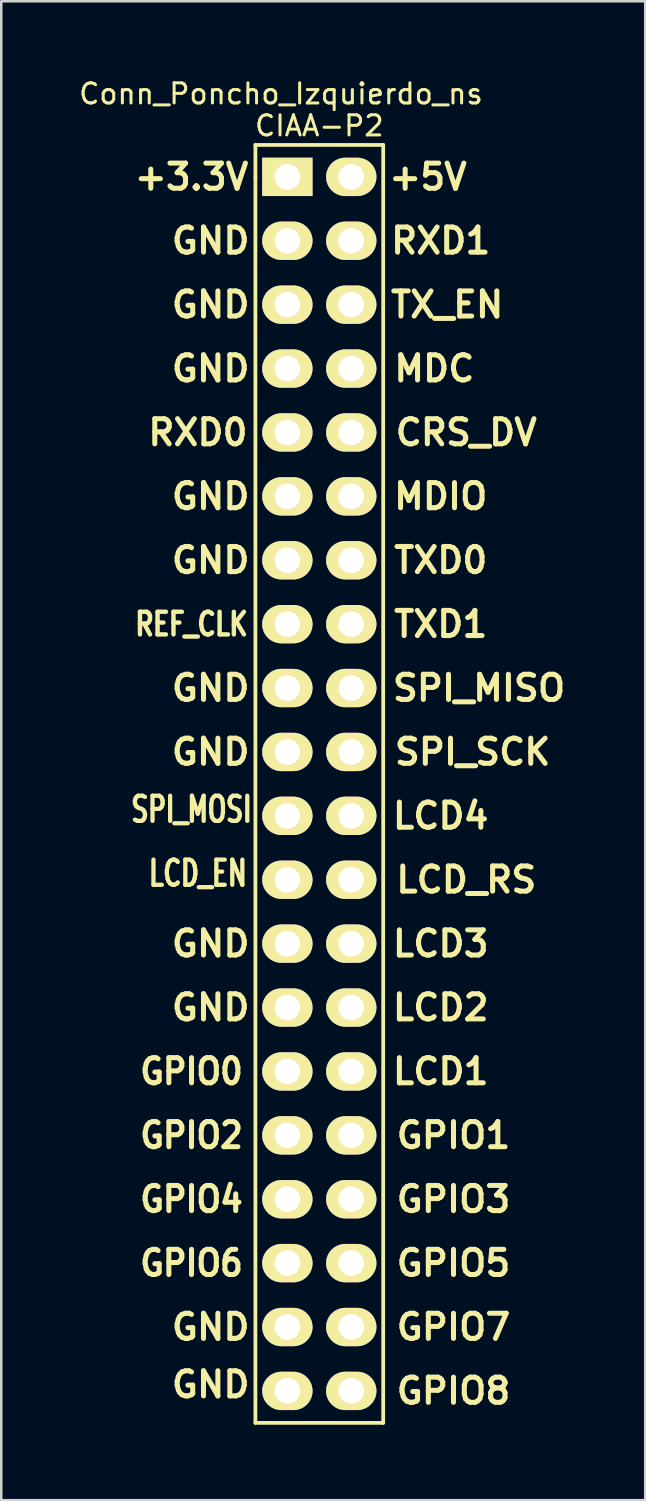
<source format=kicad_pcb>
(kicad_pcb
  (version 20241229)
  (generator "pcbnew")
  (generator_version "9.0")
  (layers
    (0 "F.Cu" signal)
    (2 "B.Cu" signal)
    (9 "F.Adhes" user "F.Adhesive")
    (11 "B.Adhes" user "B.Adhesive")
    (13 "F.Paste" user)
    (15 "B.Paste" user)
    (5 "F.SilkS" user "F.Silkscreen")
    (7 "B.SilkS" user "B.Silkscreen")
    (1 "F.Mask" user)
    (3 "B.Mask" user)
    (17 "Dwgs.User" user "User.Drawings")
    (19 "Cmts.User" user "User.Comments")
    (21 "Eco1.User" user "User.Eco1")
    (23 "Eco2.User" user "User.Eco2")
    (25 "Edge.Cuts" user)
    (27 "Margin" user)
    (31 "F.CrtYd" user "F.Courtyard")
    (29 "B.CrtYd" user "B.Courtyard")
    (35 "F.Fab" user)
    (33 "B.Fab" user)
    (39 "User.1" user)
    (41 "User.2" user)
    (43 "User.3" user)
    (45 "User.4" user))
  (footprint "Conn_Poncho_Izquierdo_ns"
    (layer "F.Cu")
    (at 8.373 3.981)
    (property "Reference" "Conn_Poncho_Izquierdo_ns" (at -0.254 -3.302 0) (layer "F.SilkS") (effects (font (size 0.8 0.8) (thickness 0.12))))
    (attr through_hole)
    (fp_line (start -1.27 -1.27) (end 3.81 -1.27) (stroke (width 0.15) (type solid)) (layer "F.SilkS"))
    (fp_line (start -1.27 0) (end -1.27 -1.27) (stroke (width 0.15) (type solid)) (layer "F.SilkS"))
    (fp_line (start -1.27 49.53) (end -1.27 0) (stroke (width 0.15) (type solid)) (layer "F.SilkS"))
    (fp_line (start 3.81 -1.27) (end 3.81 49.53) (stroke (width 0.15) (type solid)) (layer "F.SilkS"))
    (fp_line (start 3.81 49.53) (end -1.27 49.53) (stroke (width 0.15) (type solid)) (layer "F.SilkS"))
    (fp_text user "GND" (at -3.048 15.24 0) (layer "F.SilkS") (effects (font (size 1 1) (thickness 0.2))))
    (fp_text user "GPIO0" (at -3.81 35.56 0) (layer "F.SilkS") (effects (font (size 1 0.9) (thickness 0.2))))
    (fp_text user "GND" (at -3.048 48.006 0) (layer "F.SilkS") (effects (font (size 1 1) (thickness 0.2))))
    (fp_text user "MDC" (at 5.842 7.62 0) (layer "F.SilkS") (effects (font (size 1 1) (thickness 0.2))))
    (fp_text user "LCD4" (at 6.096 25.4 0) (layer "F.SilkS") (effects (font (size 1 1) (thickness 0.2))))
    (fp_text user "REF_CLK" (at -3.81 17.78 0) (layer "F.SilkS") (effects (font (size 0.9 0.7) (thickness 0.175))))
    (fp_text user "TXD1" (at 6.096 17.78 0) (layer "F.SilkS") (effects (font (size 1 1) (thickness 0.2))))
    (fp_text user "GPIO5" (at 6.604 43.18 0) (layer "F.SilkS") (effects (font (size 1 1) (thickness 0.2))))
    (fp_text user "RXD0" (at -3.556 10.16 0) (layer "F.SilkS") (effects (font (size 1 1) (thickness 0.2))))
    (fp_text user "LCD_RS" (at 7.112 27.94 0) (layer "F.SilkS") (effects (font (size 1 1) (thickness 0.2))))
    (fp_text user "SPI_MISO" (at 7.62 20.32 0) (layer "F.SilkS") (effects (font (size 1 1) (thickness 0.2))))
    (fp_text user "GPIO8" (at 6.604 48.26 0) (layer "F.SilkS") (effects (font (size 1 1) (thickness 0.2))))
    (fp_text user "GPIO1" (at 6.604 38.1 0) (layer "F.SilkS") (effects (font (size 1 1) (thickness 0.2))))
    (fp_text user "GND" (at -3.048 45.72 0) (layer "F.SilkS") (effects (font (size 1 1) (thickness 0.2))))
    (fp_text user "LCD2" (at 6.096 33.02 0) (layer "F.SilkS") (effects (font (size 1 1) (thickness 0.2))))
    (fp_text user "LCD_EN" (at -3.556 27.686 0) (layer "F.SilkS") (effects (font (size 1 0.7) (thickness 0.17))))
    (fp_text user "GND" (at -3.048 7.62 0) (layer "F.SilkS") (effects (font (size 1 1) (thickness 0.2))))
    (fp_text user "GPIO4" (at -3.81 40.64 0) (layer "F.SilkS") (effects (font (size 1 0.9) (thickness 0.2))))
    (fp_text user "+5V" (at 5.588 0 0) (layer "F.SilkS") (effects (font (size 1 1) (thickness 0.2))))
    (fp_text user "RXD1" (at 6.096 2.54 0) (layer "F.SilkS") (effects (font (size 1 1) (thickness 0.2))))
    (fp_text user "GPIO3" (at 6.604 40.64 0) (layer "F.SilkS") (effects (font (size 1 1) (thickness 0.2))))
    (fp_text user "GND" (at -3.048 2.54 0) (layer "F.SilkS") (effects (font (size 1 1) (thickness 0.2))))
    (fp_text user "SPI_SCK" (at 7.366 22.86 0) (layer "F.SilkS") (effects (font (size 1 1) (thickness 0.2))))
    (fp_text user "GPIO2" (at -3.81 38.1 0) (layer "F.SilkS") (effects (font (size 1 0.9) (thickness 0.2))))
    (fp_text user "GND" (at -3.048 30.48 0) (layer "F.SilkS") (effects (font (size 1 1) (thickness 0.2))))
    (fp_text user "GND" (at -3.048 20.32 0) (layer "F.SilkS") (effects (font (size 1 1) (thickness 0.2))))
    (fp_text user "GPIO6" (at -3.81 43.18 0) (layer "F.SilkS") (effects (font (size 1 0.9) (thickness 0.2))))
    (fp_text user "LCD3" (at 6.096 30.48 0) (layer "F.SilkS") (effects (font (size 1 1) (thickness 0.2))))
    (fp_text user "TX_EN" (at 6.35 5.08 0) (layer "F.SilkS") (effects (font (size 1 1) (thickness 0.2))))
    (fp_text user "+3.3V" (at -3.81 0 0) (layer "F.SilkS") (effects (font (size 1 1) (thickness 0.2))))
    (fp_text user "GND" (at -3.048 33.02 0) (layer "F.SilkS") (effects (font (size 1 1) (thickness 0.2))))
    (fp_text user "GND" (at -3.048 22.86 0) (layer "F.SilkS") (effects (font (size 1 1) (thickness 0.2))))
    (fp_text user "GND" (at -3.048 12.7 0) (layer "F.SilkS") (effects (font (size 1 1) (thickness 0.2))))
    (fp_text user "CRS_DV" (at 7.112 10.16 0) (layer "F.SilkS") (effects (font (size 1 1) (thickness 0.2))))
    (fp_text user "GPIO7" (at 6.604 45.72 0) (layer "F.SilkS") (effects (font (size 1 1) (thickness 0.2))))
    (fp_text user "GND" (at -3.048 5.08 0) (layer "F.SilkS") (effects (font (size 1 1) (thickness 0.2))))
    (fp_text user "SPI_MOSI" (at -3.81 25.146 0) (layer "F.SilkS") (effects (font (size 1 0.7) (thickness 0.17))))
    (fp_text user "CIAA-P2" (at 1.27 -2.032 0) (layer "F.SilkS") (effects (font (size 0.8 0.8) (thickness 0.12))))
    (fp_text user "MDIO" (at 6.096 12.7 0) (layer "F.SilkS") (effects (font (size 1 1) (thickness 0.2))))
    (fp_text user "TXD0" (at 6.096 15.24 0) (layer "F.SilkS") (effects (font (size 1 1) (thickness 0.2))))
    (fp_text user "LCD1" (at 6.096 35.56 0) (layer "F.SilkS") (effects (font (size 1 1) (thickness 0.2))))
    (pad "41" thru_hole rect (at 0 0 270) (size 1.524 2) (drill 1.016) (layers "*.Cu" "*.Mask" "F.SilkS"))
    (pad "42" thru_hole oval (at 2.54 0 270) (size 1.524 2) (drill 1.016) (layers "*.Cu" "*.Mask" "F.SilkS"))
    (pad "43" thru_hole oval (at 0 2.54 270) (size 1.524 2) (drill 1.016) (layers "*.Cu" "*.Mask" "F.SilkS"))
    (pad "44" thru_hole oval (at 2.54 2.54 270) (size 1.524 2) (drill 1.016) (layers "*.Cu" "*.Mask" "F.SilkS"))
    (pad "45" thru_hole oval (at 0 5.08 270) (size 1.524 2) (drill 1.016) (layers "*.Cu" "*.Mask" "F.SilkS"))
    (pad "46" thru_hole oval (at 2.54 5.08 270) (size 1.524 2) (drill 1.016) (layers "*.Cu" "*.Mask" "F.SilkS"))
    (pad "47" thru_hole oval (at 0 7.62 270) (size 1.524 2) (drill 1.016) (layers "*.Cu" "*.Mask" "F.SilkS"))
    (pad "48" thru_hole oval (at 2.54 7.62 270) (size 1.524 2) (drill 1.016) (layers "*.Cu" "*.Mask" "F.SilkS"))
    (pad "49" thru_hole oval (at 0 10.16 270) (size 1.524 2) (drill 1.016) (layers "*.Cu" "*.Mask" "F.SilkS"))
    (pad "50" thru_hole oval (at 2.54 10.16 270) (size 1.524 2) (drill 1.016) (layers "*.Cu" "*.Mask" "F.SilkS"))
    (pad "51" thru_hole oval (at 0 12.7 270) (size 1.524 2) (drill 1.016) (layers "*.Cu" "*.Mask" "F.SilkS"))
    (pad "52" thru_hole oval (at 2.54 12.7 270) (size 1.524 2) (drill 1.016) (layers "*.Cu" "*.Mask" "F.SilkS"))
    (pad "53" thru_hole oval (at 0 15.24 270) (size 1.524 2) (drill 1.016) (layers "*.Cu" "*.Mask" "F.SilkS"))
    (pad "54" thru_hole oval (at 2.54 15.24 270) (size 1.524 2) (drill 1.016) (layers "*.Cu" "*.Mask" "F.SilkS"))
    (pad "55" thru_hole oval (at 0 17.78 270) (size 1.524 2) (drill 1.016) (layers "*.Cu" "*.Mask" "F.SilkS"))
    (pad "56" thru_hole oval (at 2.54 17.78 270) (size 1.524 2) (drill 1.016) (layers "*.Cu" "*.Mask" "F.SilkS"))
    (pad "57" thru_hole oval (at 0 20.32 270) (size 1.524 2) (drill 1.016) (layers "*.Cu" "*.Mask" "F.SilkS"))
    (pad "58" thru_hole oval (at 2.54 20.32 270) (size 1.524 2) (drill 1.016) (layers "*.Cu" "*.Mask" "F.SilkS"))
    (pad "59" thru_hole oval (at 0 22.86 270) (size 1.524 2) (drill 1.016) (layers "*.Cu" "*.Mask" "F.SilkS"))
    (pad "60" thru_hole oval (at 2.54 22.86 270) (size 1.524 2) (drill 1.016) (layers "*.Cu" "*.Mask" "F.SilkS"))
    (pad "61" thru_hole oval (at 0 25.4 270) (size 1.524 2) (drill 1.016) (layers "*.Cu" "*.Mask" "F.SilkS"))
    (pad "62" thru_hole oval (at 2.54 25.4 270) (size 1.524 2) (drill 1.016) (layers "*.Cu" "*.Mask" "F.SilkS"))
    (pad "63" thru_hole oval (at 0 27.94 270) (size 1.524 2) (drill 1.016) (layers "*.Cu" "*.Mask" "F.SilkS"))
    (pad "64" thru_hole oval (at 2.54 27.94 270) (size 1.524 2) (drill 1.016) (layers "*.Cu" "*.Mask" "F.SilkS"))
    (pad "65" thru_hole oval (at 0 30.48 270) (size 1.524 2) (drill 1.016) (layers "*.Cu" "*.Mask" "F.SilkS"))
    (pad "66" thru_hole oval (at 2.54 30.48 270) (size 1.524 2) (drill 1.016) (layers "*.Cu" "*.Mask" "F.SilkS"))
    (pad "67" thru_hole oval (at 0 33.02 270) (size 1.524 2) (drill 1.016) (layers "*.Cu" "*.Mask" "F.SilkS"))
    (pad "68" thru_hole oval (at 2.54 33.02 270) (size 1.524 2) (drill 1.016) (layers "*.Cu" "*.Mask" "F.SilkS"))
    (pad "69" thru_hole oval (at 0 35.56 270) (size 1.524 2) (drill 1.016) (layers "*.Cu" "*.Mask" "F.SilkS"))
    (pad "70" thru_hole oval (at 2.54 35.56 270) (size 1.524 2) (drill 1.016) (layers "*.Cu" "*.Mask" "F.SilkS"))
    (pad "71" thru_hole oval (at 0 38.1 270) (size 1.524 2) (drill 1.016) (layers "*.Cu" "*.Mask" "F.SilkS"))
    (pad "72" thru_hole oval (at 2.54 38.1 270) (size 1.524 2) (drill 1.016) (layers "*.Cu" "*.Mask" "F.SilkS"))
    (pad "73" thru_hole oval (at 0 40.64 270) (size 1.524 2) (drill 1.016) (layers "*.Cu" "*.Mask" "F.SilkS"))
    (pad "74" thru_hole oval (at 2.54 40.64 270) (size 1.524 2) (drill 1.016) (layers "*.Cu" "*.Mask" "F.SilkS"))
    (pad "75" thru_hole oval (at 0 43.18 270) (size 1.524 2) (drill 1.016) (layers "*.Cu" "*.Mask" "F.SilkS"))
    (pad "76" thru_hole oval (at 2.54 43.18 270) (size 1.524 2) (drill 1.016) (layers "*.Cu" "*.Mask" "F.SilkS"))
    (pad "77" thru_hole oval (at 0 45.72 270) (size 1.524 2) (drill 1.016) (layers "*.Cu" "*.Mask" "F.SilkS"))
    (pad "78" thru_hole oval (at 2.54 45.72 270) (size 1.524 2) (drill 1.016) (layers "*.Cu" "*.Mask" "F.SilkS"))
    (pad "79" thru_hole oval (at 0 48.26 270) (size 1.524 2) (drill 1.016) (layers "*.Cu" "*.Mask" "F.SilkS"))
    (pad "80" thru_hole oval (at 2.54 48.26 270) (size 1.524 2) (drill 1.016) (layers "*.Cu" "*.Mask" "F.SilkS")))
  (gr_rect
    (start -3 -3)
    (end 22.598 56.586)
    (stroke (width 0.1) (type default))
    (fill no)
    (layer "Edge.Cuts")))
</source>
